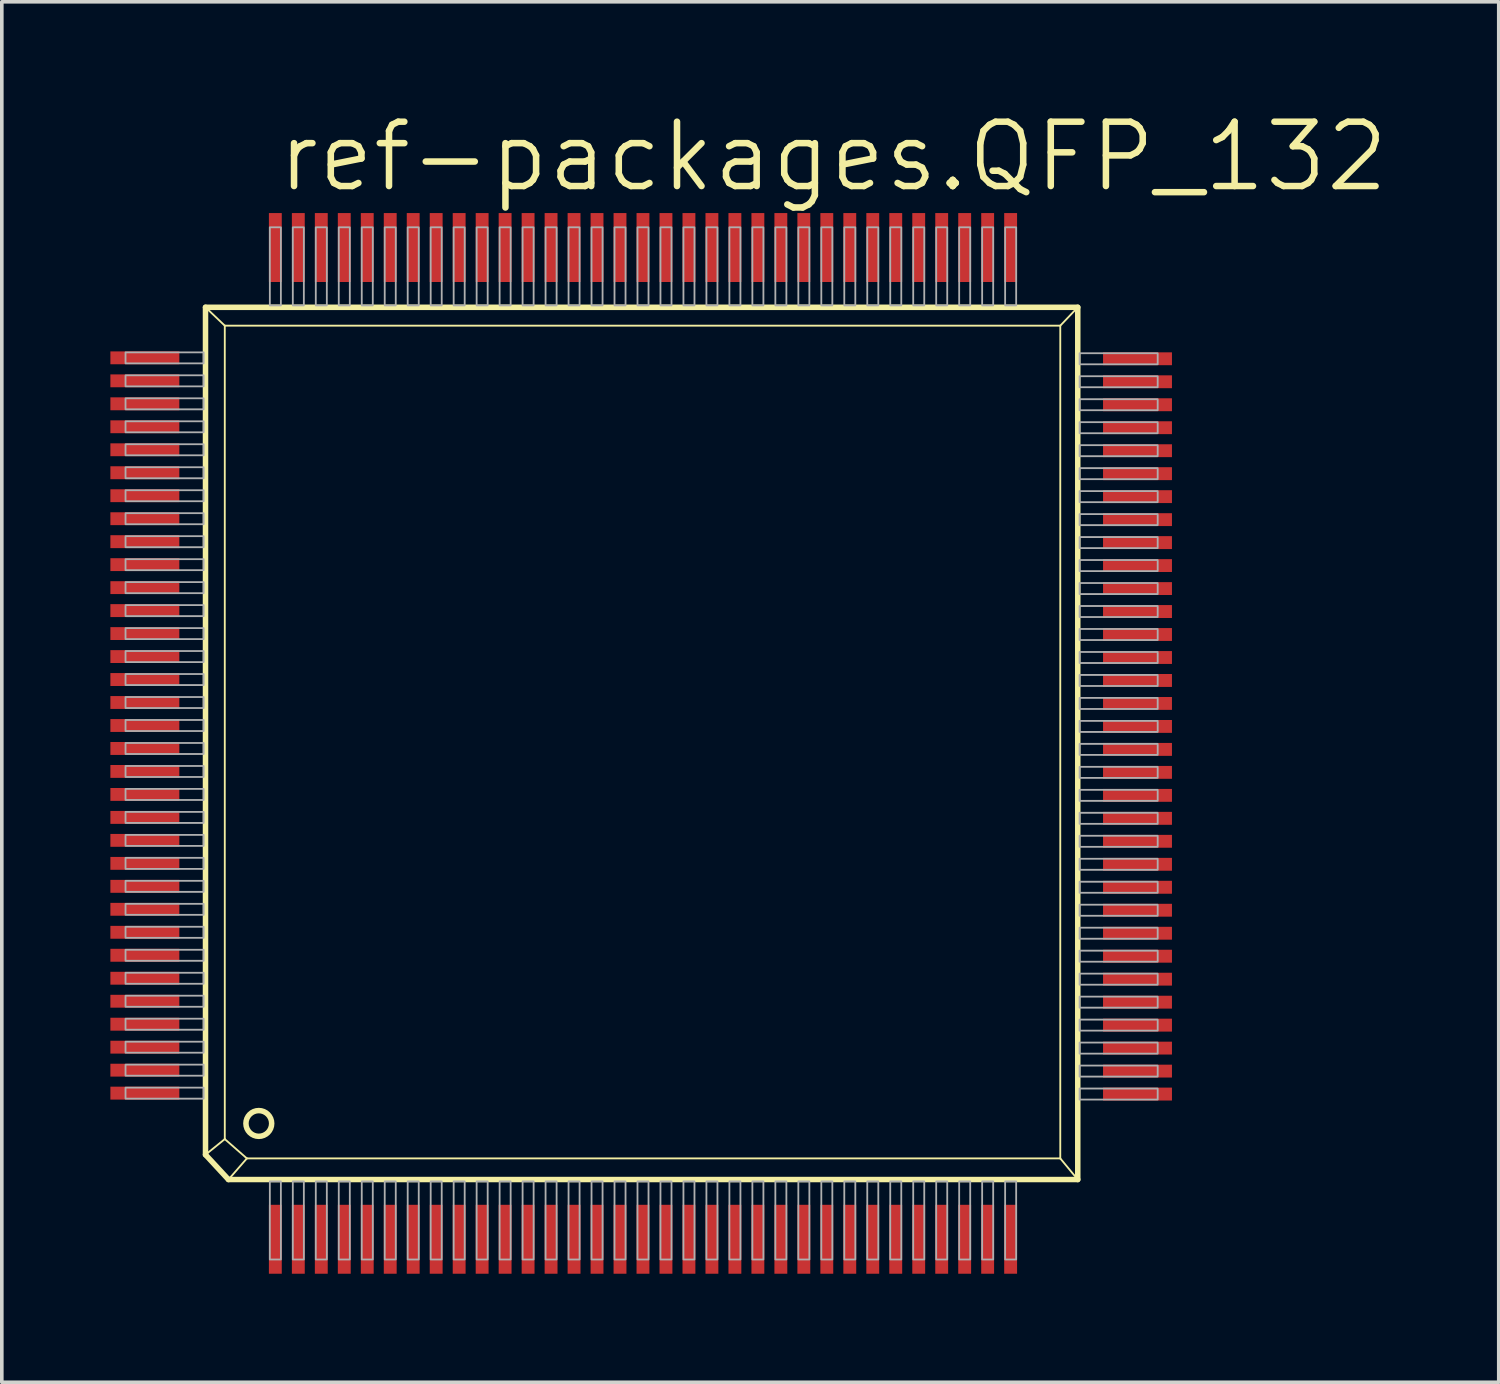
<source format=kicad_pcb>
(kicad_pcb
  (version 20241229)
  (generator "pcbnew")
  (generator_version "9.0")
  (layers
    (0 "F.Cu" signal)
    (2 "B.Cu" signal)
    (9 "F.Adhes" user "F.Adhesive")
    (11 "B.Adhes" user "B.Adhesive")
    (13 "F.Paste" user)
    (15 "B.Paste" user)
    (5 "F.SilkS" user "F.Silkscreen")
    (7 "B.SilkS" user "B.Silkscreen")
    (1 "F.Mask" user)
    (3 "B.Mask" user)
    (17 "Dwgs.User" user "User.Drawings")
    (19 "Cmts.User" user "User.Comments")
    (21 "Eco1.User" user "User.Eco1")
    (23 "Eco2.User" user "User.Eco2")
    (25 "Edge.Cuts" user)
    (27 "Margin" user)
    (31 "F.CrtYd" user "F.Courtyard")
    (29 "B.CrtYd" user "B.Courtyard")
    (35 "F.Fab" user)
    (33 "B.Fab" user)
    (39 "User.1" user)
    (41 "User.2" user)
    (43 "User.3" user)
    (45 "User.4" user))
  (footprint "ref-packages.QFP_132"
    (layer "F.Cu")
    (at 14.694 17.05)
    (property "Reference" "ref-packages.QFP_132" (at -10.16 -14.732 0) (layer "F.SilkS") (effects (font (size 1.778 1.778) (thickness 0.18)) (justify left bottom)))
    (attr smd)
    (fp_line (start -12.065 -11.608) (end -11.532 -11.1) (stroke (width 0.051) (type default)) (layer "F.SilkS"))
    (fp_line (start -12.065 11.811) (end -12.065 -11.608) (stroke (width 0.152) (type default)) (layer "F.SilkS"))
    (fp_line (start -12.065 11.811) (end -11.532 11.379) (stroke (width 0.051) (type default)) (layer "F.SilkS"))
    (fp_line (start -12.065 11.811) (end -11.43 12.497) (stroke (width 0.152) (type default)) (layer "F.SilkS"))
    (fp_line (start -11.532 -11.1) (end -11.532 11.379) (stroke (width 0.051) (type default)) (layer "F.SilkS"))
    (fp_line (start -11.532 -11.1) (end 11.557 -11.1) (stroke (width 0.051) (type default)) (layer "F.SilkS"))
    (fp_line (start -11.43 12.497) (end -10.922 11.913) (stroke (width 0.051) (type default)) (layer "F.SilkS"))
    (fp_line (start -11.43 12.497) (end 12.04 12.497) (stroke (width 0.152) (type default)) (layer "F.SilkS"))
    (fp_line (start -10.922 11.913) (end -11.532 11.379) (stroke (width 0.051) (type default)) (layer "F.SilkS"))
    (fp_line (start -10.922 11.913) (end 11.557 11.913) (stroke (width 0.051) (type default)) (layer "F.SilkS"))
    (fp_line (start 11.557 11.913) (end 11.557 -11.1) (stroke (width 0.051) (type default)) (layer "F.SilkS"))
    (fp_line (start 12.04 -11.608) (end -12.065 -11.608) (stroke (width 0.152) (type default)) (layer "F.SilkS"))
    (fp_line (start 12.04 -11.608) (end 11.557 -11.1) (stroke (width 0.051) (type default)) (layer "F.SilkS"))
    (fp_line (start 12.04 12.497) (end 11.557 11.913) (stroke (width 0.051) (type default)) (layer "F.SilkS"))
    (fp_line (start 12.04 12.497) (end 12.04 -11.608) (stroke (width 0.152) (type default)) (layer "F.SilkS"))
    (fp_circle (center -10.592 10.947) (end -10.236 10.947) (stroke (width 0.152) (type default)) (fill no) (layer "F.SilkS"))
    (fp_rect (start -14.275 -10.058) (end -12.116 -10.363) (stroke (width 0.05) (type default)) (fill no) (layer "F.Fab"))
    (fp_rect (start -14.275 -9.423) (end -12.116 -9.728) (stroke (width 0.05) (type default)) (fill no) (layer "F.Fab"))
    (fp_rect (start -14.275 -8.788) (end -12.116 -9.093) (stroke (width 0.05) (type default)) (fill no) (layer "F.Fab"))
    (fp_rect (start -14.275 -8.153) (end -12.116 -8.458) (stroke (width 0.05) (type default)) (fill no) (layer "F.Fab"))
    (fp_rect (start -14.275 -7.518) (end -12.116 -7.823) (stroke (width 0.05) (type default)) (fill no) (layer "F.Fab"))
    (fp_rect (start -14.275 -6.883) (end -12.116 -7.188) (stroke (width 0.05) (type default)) (fill no) (layer "F.Fab"))
    (fp_rect (start -14.275 -6.248) (end -12.116 -6.553) (stroke (width 0.05) (type default)) (fill no) (layer "F.Fab"))
    (fp_rect (start -14.275 -5.613) (end -12.116 -5.918) (stroke (width 0.05) (type default)) (fill no) (layer "F.Fab"))
    (fp_rect (start -14.275 -4.978) (end -12.116 -5.283) (stroke (width 0.05) (type default)) (fill no) (layer "F.Fab"))
    (fp_rect (start -14.275 -4.343) (end -12.116 -4.648) (stroke (width 0.05) (type default)) (fill no) (layer "F.Fab"))
    (fp_rect (start -14.275 -3.708) (end -12.116 -4.013) (stroke (width 0.05) (type default)) (fill no) (layer "F.Fab"))
    (fp_rect (start -14.275 -3.073) (end -12.116 -3.378) (stroke (width 0.05) (type default)) (fill no) (layer "F.Fab"))
    (fp_rect (start -14.275 -2.438) (end -12.116 -2.743) (stroke (width 0.05) (type default)) (fill no) (layer "F.Fab"))
    (fp_rect (start -14.275 -1.803) (end -12.116 -2.108) (stroke (width 0.05) (type default)) (fill no) (layer "F.Fab"))
    (fp_rect (start -14.275 -1.168) (end -12.116 -1.473) (stroke (width 0.05) (type default)) (fill no) (layer "F.Fab"))
    (fp_rect (start -14.275 -0.533) (end -12.116 -0.838) (stroke (width 0.05) (type default)) (fill no) (layer "F.Fab"))
    (fp_rect (start -14.275 0.102) (end -12.116 -0.203) (stroke (width 0.05) (type default)) (fill no) (layer "F.Fab"))
    (fp_rect (start -14.275 0.737) (end -12.116 0.432) (stroke (width 0.05) (type default)) (fill no) (layer "F.Fab"))
    (fp_rect (start -14.275 1.372) (end -12.116 1.067) (stroke (width 0.05) (type default)) (fill no) (layer "F.Fab"))
    (fp_rect (start -14.275 2.007) (end -12.116 1.702) (stroke (width 0.05) (type default)) (fill no) (layer "F.Fab"))
    (fp_rect (start -14.275 2.642) (end -12.116 2.337) (stroke (width 0.05) (type default)) (fill no) (layer "F.Fab"))
    (fp_rect (start -14.275 3.277) (end -12.116 2.972) (stroke (width 0.05) (type default)) (fill no) (layer "F.Fab"))
    (fp_rect (start -14.275 3.912) (end -12.116 3.607) (stroke (width 0.05) (type default)) (fill no) (layer "F.Fab"))
    (fp_rect (start -14.275 4.547) (end -12.116 4.242) (stroke (width 0.05) (type default)) (fill no) (layer "F.Fab"))
    (fp_rect (start -14.275 5.182) (end -12.116 4.877) (stroke (width 0.05) (type default)) (fill no) (layer "F.Fab"))
    (fp_rect (start -14.275 5.817) (end -12.116 5.512) (stroke (width 0.05) (type default)) (fill no) (layer "F.Fab"))
    (fp_rect (start -14.275 6.452) (end -12.116 6.147) (stroke (width 0.05) (type default)) (fill no) (layer "F.Fab"))
    (fp_rect (start -14.275 7.087) (end -12.116 6.782) (stroke (width 0.05) (type default)) (fill no) (layer "F.Fab"))
    (fp_rect (start -14.275 7.722) (end -12.116 7.417) (stroke (width 0.05) (type default)) (fill no) (layer "F.Fab"))
    (fp_rect (start -14.275 8.357) (end -12.116 8.052) (stroke (width 0.05) (type default)) (fill no) (layer "F.Fab"))
    (fp_rect (start -14.275 8.992) (end -12.116 8.687) (stroke (width 0.05) (type default)) (fill no) (layer "F.Fab"))
    (fp_rect (start -14.275 9.627) (end -12.116 9.322) (stroke (width 0.05) (type default)) (fill no) (layer "F.Fab"))
    (fp_rect (start -14.275 10.262) (end -12.116 9.957) (stroke (width 0.05) (type default)) (fill no) (layer "F.Fab"))
    (fp_rect (start -10.287 -11.659) (end -9.982 -13.818) (stroke (width 0.05) (type default)) (fill no) (layer "F.Fab"))
    (fp_rect (start -10.287 14.707) (end -9.982 12.548) (stroke (width 0.05) (type default)) (fill no) (layer "F.Fab"))
    (fp_rect (start -9.652 -11.659) (end -9.347 -13.818) (stroke (width 0.05) (type default)) (fill no) (layer "F.Fab"))
    (fp_rect (start -9.652 14.707) (end -9.347 12.548) (stroke (width 0.05) (type default)) (fill no) (layer "F.Fab"))
    (fp_rect (start -9.017 -11.659) (end -8.712 -13.818) (stroke (width 0.05) (type default)) (fill no) (layer "F.Fab"))
    (fp_rect (start -9.017 14.707) (end -8.712 12.548) (stroke (width 0.05) (type default)) (fill no) (layer "F.Fab"))
    (fp_rect (start -8.382 -11.659) (end -8.077 -13.818) (stroke (width 0.05) (type default)) (fill no) (layer "F.Fab"))
    (fp_rect (start -8.382 14.707) (end -8.077 12.548) (stroke (width 0.05) (type default)) (fill no) (layer "F.Fab"))
    (fp_rect (start -7.747 -11.659) (end -7.442 -13.818) (stroke (width 0.05) (type default)) (fill no) (layer "F.Fab"))
    (fp_rect (start -7.747 14.707) (end -7.442 12.548) (stroke (width 0.05) (type default)) (fill no) (layer "F.Fab"))
    (fp_rect (start -7.112 -11.659) (end -6.807 -13.818) (stroke (width 0.05) (type default)) (fill no) (layer "F.Fab"))
    (fp_rect (start -7.112 14.707) (end -6.807 12.548) (stroke (width 0.05) (type default)) (fill no) (layer "F.Fab"))
    (fp_rect (start -6.477 -11.659) (end -6.172 -13.818) (stroke (width 0.05) (type default)) (fill no) (layer "F.Fab"))
    (fp_rect (start -6.477 14.707) (end -6.172 12.548) (stroke (width 0.05) (type default)) (fill no) (layer "F.Fab"))
    (fp_rect (start -5.842 -11.659) (end -5.537 -13.818) (stroke (width 0.05) (type default)) (fill no) (layer "F.Fab"))
    (fp_rect (start -5.842 14.707) (end -5.537 12.548) (stroke (width 0.05) (type default)) (fill no) (layer "F.Fab"))
    (fp_rect (start -5.207 -11.659) (end -4.902 -13.818) (stroke (width 0.05) (type default)) (fill no) (layer "F.Fab"))
    (fp_rect (start -5.207 14.707) (end -4.902 12.548) (stroke (width 0.05) (type default)) (fill no) (layer "F.Fab"))
    (fp_rect (start -4.572 -11.659) (end -4.267 -13.818) (stroke (width 0.05) (type default)) (fill no) (layer "F.Fab"))
    (fp_rect (start -4.572 14.707) (end -4.267 12.548) (stroke (width 0.05) (type default)) (fill no) (layer "F.Fab"))
    (fp_rect (start -3.937 -11.659) (end -3.632 -13.818) (stroke (width 0.05) (type default)) (fill no) (layer "F.Fab"))
    (fp_rect (start -3.937 14.707) (end -3.632 12.548) (stroke (width 0.05) (type default)) (fill no) (layer "F.Fab"))
    (fp_rect (start -3.302 -11.659) (end -2.997 -13.818) (stroke (width 0.05) (type default)) (fill no) (layer "F.Fab"))
    (fp_rect (start -3.302 14.707) (end -2.997 12.548) (stroke (width 0.05) (type default)) (fill no) (layer "F.Fab"))
    (fp_rect (start -2.667 -11.659) (end -2.362 -13.818) (stroke (width 0.05) (type default)) (fill no) (layer "F.Fab"))
    (fp_rect (start -2.667 14.707) (end -2.362 12.548) (stroke (width 0.05) (type default)) (fill no) (layer "F.Fab"))
    (fp_rect (start -2.032 -11.659) (end -1.727 -13.818) (stroke (width 0.05) (type default)) (fill no) (layer "F.Fab"))
    (fp_rect (start -2.032 14.707) (end -1.727 12.548) (stroke (width 0.05) (type default)) (fill no) (layer "F.Fab"))
    (fp_rect (start -1.397 -11.659) (end -1.092 -13.818) (stroke (width 0.05) (type default)) (fill no) (layer "F.Fab"))
    (fp_rect (start -1.397 14.707) (end -1.092 12.548) (stroke (width 0.05) (type default)) (fill no) (layer "F.Fab"))
    (fp_rect (start -0.762 -11.659) (end -0.457 -13.818) (stroke (width 0.05) (type default)) (fill no) (layer "F.Fab"))
    (fp_rect (start -0.762 14.707) (end -0.457 12.548) (stroke (width 0.05) (type default)) (fill no) (layer "F.Fab"))
    (fp_rect (start -0.127 -11.659) (end 0.178 -13.818) (stroke (width 0.05) (type default)) (fill no) (layer "F.Fab"))
    (fp_rect (start -0.127 14.707) (end 0.178 12.548) (stroke (width 0.05) (type default)) (fill no) (layer "F.Fab"))
    (fp_rect (start 0.508 -11.659) (end 0.813 -13.818) (stroke (width 0.05) (type default)) (fill no) (layer "F.Fab"))
    (fp_rect (start 0.508 14.707) (end 0.813 12.548) (stroke (width 0.05) (type default)) (fill no) (layer "F.Fab"))
    (fp_rect (start 1.143 -11.659) (end 1.448 -13.818) (stroke (width 0.05) (type default)) (fill no) (layer "F.Fab"))
    (fp_rect (start 1.143 14.707) (end 1.448 12.548) (stroke (width 0.05) (type default)) (fill no) (layer "F.Fab"))
    (fp_rect (start 1.778 -11.659) (end 2.083 -13.818) (stroke (width 0.05) (type default)) (fill no) (layer "F.Fab"))
    (fp_rect (start 1.778 14.707) (end 2.083 12.548) (stroke (width 0.05) (type default)) (fill no) (layer "F.Fab"))
    (fp_rect (start 2.413 -11.659) (end 2.718 -13.818) (stroke (width 0.05) (type default)) (fill no) (layer "F.Fab"))
    (fp_rect (start 2.413 14.707) (end 2.718 12.548) (stroke (width 0.05) (type default)) (fill no) (layer "F.Fab"))
    (fp_rect (start 3.048 -11.659) (end 3.353 -13.818) (stroke (width 0.05) (type default)) (fill no) (layer "F.Fab"))
    (fp_rect (start 3.048 14.707) (end 3.353 12.548) (stroke (width 0.05) (type default)) (fill no) (layer "F.Fab"))
    (fp_rect (start 3.683 -11.659) (end 3.988 -13.818) (stroke (width 0.05) (type default)) (fill no) (layer "F.Fab"))
    (fp_rect (start 3.683 14.707) (end 3.988 12.548) (stroke (width 0.05) (type default)) (fill no) (layer "F.Fab"))
    (fp_rect (start 4.318 -11.659) (end 4.623 -13.818) (stroke (width 0.05) (type default)) (fill no) (layer "F.Fab"))
    (fp_rect (start 4.318 14.707) (end 4.623 12.548) (stroke (width 0.05) (type default)) (fill no) (layer "F.Fab"))
    (fp_rect (start 4.953 -11.659) (end 5.258 -13.818) (stroke (width 0.05) (type default)) (fill no) (layer "F.Fab"))
    (fp_rect (start 4.953 14.707) (end 5.258 12.548) (stroke (width 0.05) (type default)) (fill no) (layer "F.Fab"))
    (fp_rect (start 5.588 -11.659) (end 5.893 -13.818) (stroke (width 0.05) (type default)) (fill no) (layer "F.Fab"))
    (fp_rect (start 5.588 14.707) (end 5.893 12.548) (stroke (width 0.05) (type default)) (fill no) (layer "F.Fab"))
    (fp_rect (start 6.223 -11.659) (end 6.528 -13.818) (stroke (width 0.05) (type default)) (fill no) (layer "F.Fab"))
    (fp_rect (start 6.223 14.707) (end 6.528 12.548) (stroke (width 0.05) (type default)) (fill no) (layer "F.Fab"))
    (fp_rect (start 6.858 -11.659) (end 7.163 -13.818) (stroke (width 0.05) (type default)) (fill no) (layer "F.Fab"))
    (fp_rect (start 6.858 14.707) (end 7.163 12.548) (stroke (width 0.05) (type default)) (fill no) (layer "F.Fab"))
    (fp_rect (start 7.493 -11.659) (end 7.798 -13.818) (stroke (width 0.05) (type default)) (fill no) (layer "F.Fab"))
    (fp_rect (start 7.493 14.707) (end 7.798 12.548) (stroke (width 0.05) (type default)) (fill no) (layer "F.Fab"))
    (fp_rect (start 8.128 -11.659) (end 8.433 -13.818) (stroke (width 0.05) (type default)) (fill no) (layer "F.Fab"))
    (fp_rect (start 8.128 14.707) (end 8.433 12.548) (stroke (width 0.05) (type default)) (fill no) (layer "F.Fab"))
    (fp_rect (start 8.763 -11.659) (end 9.068 -13.818) (stroke (width 0.05) (type default)) (fill no) (layer "F.Fab"))
    (fp_rect (start 8.763 14.707) (end 9.068 12.548) (stroke (width 0.05) (type default)) (fill no) (layer "F.Fab"))
    (fp_rect (start 9.398 -11.659) (end 9.703 -13.818) (stroke (width 0.05) (type default)) (fill no) (layer "F.Fab"))
    (fp_rect (start 9.398 14.707) (end 9.703 12.548) (stroke (width 0.05) (type default)) (fill no) (layer "F.Fab"))
    (fp_rect (start 10.033 -11.659) (end 10.338 -13.818) (stroke (width 0.05) (type default)) (fill no) (layer "F.Fab"))
    (fp_rect (start 10.033 14.707) (end 10.338 12.548) (stroke (width 0.05) (type default)) (fill no) (layer "F.Fab"))
    (fp_rect (start 12.09 -10.033) (end 14.249 -10.338) (stroke (width 0.05) (type default)) (fill no) (layer "F.Fab"))
    (fp_rect (start 12.09 -9.398) (end 14.249 -9.703) (stroke (width 0.05) (type default)) (fill no) (layer "F.Fab"))
    (fp_rect (start 12.09 -8.763) (end 14.249 -9.068) (stroke (width 0.05) (type default)) (fill no) (layer "F.Fab"))
    (fp_rect (start 12.09 -8.128) (end 14.249 -8.433) (stroke (width 0.05) (type default)) (fill no) (layer "F.Fab"))
    (fp_rect (start 12.09 -7.493) (end 14.249 -7.798) (stroke (width 0.05) (type default)) (fill no) (layer "F.Fab"))
    (fp_rect (start 12.09 -6.858) (end 14.249 -7.163) (stroke (width 0.05) (type default)) (fill no) (layer "F.Fab"))
    (fp_rect (start 12.09 -6.223) (end 14.249 -6.528) (stroke (width 0.05) (type default)) (fill no) (layer "F.Fab"))
    (fp_rect (start 12.09 -5.588) (end 14.249 -5.893) (stroke (width 0.05) (type default)) (fill no) (layer "F.Fab"))
    (fp_rect (start 12.09 -4.953) (end 14.249 -5.258) (stroke (width 0.05) (type default)) (fill no) (layer "F.Fab"))
    (fp_rect (start 12.09 -4.318) (end 14.249 -4.623) (stroke (width 0.05) (type default)) (fill no) (layer "F.Fab"))
    (fp_rect (start 12.09 -3.683) (end 14.249 -3.988) (stroke (width 0.05) (type default)) (fill no) (layer "F.Fab"))
    (fp_rect (start 12.09 -3.048) (end 14.249 -3.353) (stroke (width 0.05) (type default)) (fill no) (layer "F.Fab"))
    (fp_rect (start 12.09 -2.413) (end 14.249 -2.718) (stroke (width 0.05) (type default)) (fill no) (layer "F.Fab"))
    (fp_rect (start 12.09 -1.778) (end 14.249 -2.083) (stroke (width 0.05) (type default)) (fill no) (layer "F.Fab"))
    (fp_rect (start 12.09 -1.143) (end 14.249 -1.448) (stroke (width 0.05) (type default)) (fill no) (layer "F.Fab"))
    (fp_rect (start 12.09 -0.508) (end 14.249 -0.813) (stroke (width 0.05) (type default)) (fill no) (layer "F.Fab"))
    (fp_rect (start 12.09 0.127) (end 14.249 -0.178) (stroke (width 0.05) (type default)) (fill no) (layer "F.Fab"))
    (fp_rect (start 12.09 0.762) (end 14.249 0.457) (stroke (width 0.05) (type default)) (fill no) (layer "F.Fab"))
    (fp_rect (start 12.09 1.397) (end 14.249 1.092) (stroke (width 0.05) (type default)) (fill no) (layer "F.Fab"))
    (fp_rect (start 12.09 2.032) (end 14.249 1.727) (stroke (width 0.05) (type default)) (fill no) (layer "F.Fab"))
    (fp_rect (start 12.09 2.667) (end 14.249 2.362) (stroke (width 0.05) (type default)) (fill no) (layer "F.Fab"))
    (fp_rect (start 12.09 3.302) (end 14.249 2.997) (stroke (width 0.05) (type default)) (fill no) (layer "F.Fab"))
    (fp_rect (start 12.09 3.937) (end 14.249 3.632) (stroke (width 0.05) (type default)) (fill no) (layer "F.Fab"))
    (fp_rect (start 12.09 4.572) (end 14.249 4.267) (stroke (width 0.05) (type default)) (fill no) (layer "F.Fab"))
    (fp_rect (start 12.09 5.207) (end 14.249 4.902) (stroke (width 0.05) (type default)) (fill no) (layer "F.Fab"))
    (fp_rect (start 12.09 5.842) (end 14.249 5.537) (stroke (width 0.05) (type default)) (fill no) (layer "F.Fab"))
    (fp_rect (start 12.09 6.477) (end 14.249 6.172) (stroke (width 0.05) (type default)) (fill no) (layer "F.Fab"))
    (fp_rect (start 12.09 7.112) (end 14.249 6.807) (stroke (width 0.05) (type default)) (fill no) (layer "F.Fab"))
    (fp_rect (start 12.09 7.747) (end 14.249 7.442) (stroke (width 0.05) (type default)) (fill no) (layer "F.Fab"))
    (fp_rect (start 12.09 8.382) (end 14.249 8.077) (stroke (width 0.05) (type default)) (fill no) (layer "F.Fab"))
    (fp_rect (start 12.09 9.017) (end 14.249 8.712) (stroke (width 0.05) (type default)) (fill no) (layer "F.Fab"))
    (fp_rect (start 12.09 9.652) (end 14.249 9.347) (stroke (width 0.05) (type default)) (fill no) (layer "F.Fab"))
    (fp_rect (start 12.09 10.287) (end 14.249 9.982) (stroke (width 0.05) (type default)) (fill no) (layer "F.Fab"))
    (pad "1" smd roundrect (at -10.135 14.148) (size 0.356 1.905) (layers "F.Cu" "F.Mask" "F.Paste") (roundrect_rratio 0.01))
    (pad "2" smd roundrect (at -9.5 14.148) (size 0.356 1.905) (layers "F.Cu" "F.Mask" "F.Paste") (roundrect_rratio 0.01))
    (pad "3" smd roundrect (at -8.865 14.148) (size 0.356 1.905) (layers "F.Cu" "F.Mask" "F.Paste") (roundrect_rratio 0.01))
    (pad "4" smd roundrect (at -8.23 14.148) (size 0.356 1.905) (layers "F.Cu" "F.Mask" "F.Paste") (roundrect_rratio 0.01))
    (pad "5" smd roundrect (at -7.595 14.148) (size 0.356 1.905) (layers "F.Cu" "F.Mask" "F.Paste") (roundrect_rratio 0.01))
    (pad "6" smd roundrect (at -6.96 14.148) (size 0.356 1.905) (layers "F.Cu" "F.Mask" "F.Paste") (roundrect_rratio 0.01))
    (pad "7" smd roundrect (at -6.325 14.148) (size 0.356 1.905) (layers "F.Cu" "F.Mask" "F.Paste") (roundrect_rratio 0.01))
    (pad "8" smd roundrect (at -5.69 14.148) (size 0.356 1.905) (layers "F.Cu" "F.Mask" "F.Paste") (roundrect_rratio 0.01))
    (pad "9" smd roundrect (at -5.055 14.148) (size 0.356 1.905) (layers "F.Cu" "F.Mask" "F.Paste") (roundrect_rratio 0.01))
    (pad "10" smd roundrect (at -4.42 14.148) (size 0.356 1.905) (layers "F.Cu" "F.Mask" "F.Paste") (roundrect_rratio 0.01))
    (pad "11" smd roundrect (at -3.785 14.148) (size 0.356 1.905) (layers "F.Cu" "F.Mask" "F.Paste") (roundrect_rratio 0.01))
    (pad "12" smd roundrect (at -3.15 14.148) (size 0.356 1.905) (layers "F.Cu" "F.Mask" "F.Paste") (roundrect_rratio 0.01))
    (pad "13" smd roundrect (at -2.515 14.148) (size 0.356 1.905) (layers "F.Cu" "F.Mask" "F.Paste") (roundrect_rratio 0.01))
    (pad "14" smd roundrect (at -1.88 14.148) (size 0.356 1.905) (layers "F.Cu" "F.Mask" "F.Paste") (roundrect_rratio 0.01))
    (pad "15" smd roundrect (at -1.245 14.148) (size 0.356 1.905) (layers "F.Cu" "F.Mask" "F.Paste") (roundrect_rratio 0.01))
    (pad "16" smd roundrect (at -0.61 14.148) (size 0.356 1.905) (layers "F.Cu" "F.Mask" "F.Paste") (roundrect_rratio 0.01))
    (pad "17" smd roundrect (at 0.025 14.148) (size 0.356 1.905) (layers "F.Cu" "F.Mask" "F.Paste") (roundrect_rratio 0.01))
    (pad "18" smd roundrect (at 0.66 14.148) (size 0.356 1.905) (layers "F.Cu" "F.Mask" "F.Paste") (roundrect_rratio 0.01))
    (pad "19" smd roundrect (at 1.295 14.148) (size 0.356 1.905) (layers "F.Cu" "F.Mask" "F.Paste") (roundrect_rratio 0.01))
    (pad "20" smd roundrect (at 1.93 14.148) (size 0.356 1.905) (layers "F.Cu" "F.Mask" "F.Paste") (roundrect_rratio 0.01))
    (pad "21" smd roundrect (at 2.565 14.148) (size 0.356 1.905) (layers "F.Cu" "F.Mask" "F.Paste") (roundrect_rratio 0.01))
    (pad "22" smd roundrect (at 3.2 14.148) (size 0.356 1.905) (layers "F.Cu" "F.Mask" "F.Paste") (roundrect_rratio 0.01))
    (pad "23" smd roundrect (at 3.835 14.148) (size 0.356 1.905) (layers "F.Cu" "F.Mask" "F.Paste") (roundrect_rratio 0.01))
    (pad "24" smd roundrect (at 4.47 14.148) (size 0.356 1.905) (layers "F.Cu" "F.Mask" "F.Paste") (roundrect_rratio 0.01))
    (pad "25" smd roundrect (at 5.105 14.148) (size 0.356 1.905) (layers "F.Cu" "F.Mask" "F.Paste") (roundrect_rratio 0.01))
    (pad "26" smd roundrect (at 5.74 14.148) (size 0.356 1.905) (layers "F.Cu" "F.Mask" "F.Paste") (roundrect_rratio 0.01))
    (pad "27" smd roundrect (at 6.375 14.148) (size 0.356 1.905) (layers "F.Cu" "F.Mask" "F.Paste") (roundrect_rratio 0.01))
    (pad "28" smd roundrect (at 7.01 14.148) (size 0.356 1.905) (layers "F.Cu" "F.Mask" "F.Paste") (roundrect_rratio 0.01))
    (pad "29" smd roundrect (at 7.645 14.148) (size 0.356 1.905) (layers "F.Cu" "F.Mask" "F.Paste") (roundrect_rratio 0.01))
    (pad "30" smd roundrect (at 8.28 14.148) (size 0.356 1.905) (layers "F.Cu" "F.Mask" "F.Paste") (roundrect_rratio 0.01))
    (pad "31" smd roundrect (at 8.915 14.148) (size 0.356 1.905) (layers "F.Cu" "F.Mask" "F.Paste") (roundrect_rratio 0.01))
    (pad "32" smd roundrect (at 9.55 14.148) (size 0.356 1.905) (layers "F.Cu" "F.Mask" "F.Paste") (roundrect_rratio 0.01))
    (pad "33" smd roundrect (at 10.185 14.148) (size 0.356 1.905) (layers "F.Cu" "F.Mask" "F.Paste") (roundrect_rratio 0.01))
    (pad "34" smd roundrect (at 13.691 10.135) (size 1.905 0.356) (layers "F.Cu" "F.Mask" "F.Paste") (roundrect_rratio 0.01))
    (pad "35" smd roundrect (at 13.691 9.5) (size 1.905 0.356) (layers "F.Cu" "F.Mask" "F.Paste") (roundrect_rratio 0.01))
    (pad "36" smd roundrect (at 13.691 8.865) (size 1.905 0.356) (layers "F.Cu" "F.Mask" "F.Paste") (roundrect_rratio 0.01))
    (pad "37" smd roundrect (at 13.691 8.23) (size 1.905 0.356) (layers "F.Cu" "F.Mask" "F.Paste") (roundrect_rratio 0.01))
    (pad "38" smd roundrect (at 13.691 7.595) (size 1.905 0.356) (layers "F.Cu" "F.Mask" "F.Paste") (roundrect_rratio 0.01))
    (pad "39" smd roundrect (at 13.691 6.96) (size 1.905 0.356) (layers "F.Cu" "F.Mask" "F.Paste") (roundrect_rratio 0.01))
    (pad "40" smd roundrect (at 13.691 6.325) (size 1.905 0.356) (layers "F.Cu" "F.Mask" "F.Paste") (roundrect_rratio 0.01))
    (pad "41" smd roundrect (at 13.691 5.69) (size 1.905 0.356) (layers "F.Cu" "F.Mask" "F.Paste") (roundrect_rratio 0.01))
    (pad "42" smd roundrect (at 13.691 5.055) (size 1.905 0.356) (layers "F.Cu" "F.Mask" "F.Paste") (roundrect_rratio 0.01))
    (pad "43" smd roundrect (at 13.691 4.42) (size 1.905 0.356) (layers "F.Cu" "F.Mask" "F.Paste") (roundrect_rratio 0.01))
    (pad "44" smd roundrect (at 13.691 3.785) (size 1.905 0.356) (layers "F.Cu" "F.Mask" "F.Paste") (roundrect_rratio 0.01))
    (pad "45" smd roundrect (at 13.691 3.15) (size 1.905 0.356) (layers "F.Cu" "F.Mask" "F.Paste") (roundrect_rratio 0.01))
    (pad "46" smd roundrect (at 13.691 2.515) (size 1.905 0.356) (layers "F.Cu" "F.Mask" "F.Paste") (roundrect_rratio 0.01))
    (pad "47" smd roundrect (at 13.691 1.88) (size 1.905 0.356) (layers "F.Cu" "F.Mask" "F.Paste") (roundrect_rratio 0.01))
    (pad "48" smd roundrect (at 13.691 1.245) (size 1.905 0.356) (layers "F.Cu" "F.Mask" "F.Paste") (roundrect_rratio 0.01))
    (pad "49" smd roundrect (at 13.691 0.61) (size 1.905 0.356) (layers "F.Cu" "F.Mask" "F.Paste") (roundrect_rratio 0.01))
    (pad "50" smd roundrect (at 13.691 -0.025) (size 1.905 0.356) (layers "F.Cu" "F.Mask" "F.Paste") (roundrect_rratio 0.01))
    (pad "51" smd roundrect (at 13.691 -0.66) (size 1.905 0.356) (layers "F.Cu" "F.Mask" "F.Paste") (roundrect_rratio 0.01))
    (pad "52" smd roundrect (at 13.691 -1.295) (size 1.905 0.356) (layers "F.Cu" "F.Mask" "F.Paste") (roundrect_rratio 0.01))
    (pad "53" smd roundrect (at 13.691 -1.93) (size 1.905 0.356) (layers "F.Cu" "F.Mask" "F.Paste") (roundrect_rratio 0.01))
    (pad "54" smd roundrect (at 13.691 -2.565) (size 1.905 0.356) (layers "F.Cu" "F.Mask" "F.Paste") (roundrect_rratio 0.01))
    (pad "55" smd roundrect (at 13.691 -3.2) (size 1.905 0.356) (layers "F.Cu" "F.Mask" "F.Paste") (roundrect_rratio 0.01))
    (pad "56" smd roundrect (at 13.691 -3.835) (size 1.905 0.356) (layers "F.Cu" "F.Mask" "F.Paste") (roundrect_rratio 0.01))
    (pad "57" smd roundrect (at 13.691 -4.47) (size 1.905 0.356) (layers "F.Cu" "F.Mask" "F.Paste") (roundrect_rratio 0.01))
    (pad "58" smd roundrect (at 13.691 -5.105) (size 1.905 0.356) (layers "F.Cu" "F.Mask" "F.Paste") (roundrect_rratio 0.01))
    (pad "59" smd roundrect (at 13.691 -5.74) (size 1.905 0.356) (layers "F.Cu" "F.Mask" "F.Paste") (roundrect_rratio 0.01))
    (pad "60" smd roundrect (at 13.691 -6.375) (size 1.905 0.356) (layers "F.Cu" "F.Mask" "F.Paste") (roundrect_rratio 0.01))
    (pad "61" smd roundrect (at 13.691 -7.01) (size 1.905 0.356) (layers "F.Cu" "F.Mask" "F.Paste") (roundrect_rratio 0.01))
    (pad "62" smd roundrect (at 13.691 -7.645) (size 1.905 0.356) (layers "F.Cu" "F.Mask" "F.Paste") (roundrect_rratio 0.01))
    (pad "63" smd roundrect (at 13.691 -8.28) (size 1.905 0.356) (layers "F.Cu" "F.Mask" "F.Paste") (roundrect_rratio 0.01))
    (pad "64" smd roundrect (at 13.691 -8.915) (size 1.905 0.356) (layers "F.Cu" "F.Mask" "F.Paste") (roundrect_rratio 0.01))
    (pad "65" smd roundrect (at 13.691 -9.55) (size 1.905 0.356) (layers "F.Cu" "F.Mask" "F.Paste") (roundrect_rratio 0.01))
    (pad "66" smd roundrect (at 13.691 -10.185) (size 1.905 0.356) (layers "F.Cu" "F.Mask" "F.Paste") (roundrect_rratio 0.01))
    (pad "67" smd roundrect (at 10.185 -13.259) (size 0.356 1.905) (layers "F.Cu" "F.Mask" "F.Paste") (roundrect_rratio 0.01))
    (pad "68" smd roundrect (at 9.55 -13.259) (size 0.356 1.905) (layers "F.Cu" "F.Mask" "F.Paste") (roundrect_rratio 0.01))
    (pad "69" smd roundrect (at 8.915 -13.259) (size 0.356 1.905) (layers "F.Cu" "F.Mask" "F.Paste") (roundrect_rratio 0.01))
    (pad "70" smd roundrect (at 8.28 -13.259) (size 0.356 1.905) (layers "F.Cu" "F.Mask" "F.Paste") (roundrect_rratio 0.01))
    (pad "71" smd roundrect (at 7.645 -13.259) (size 0.356 1.905) (layers "F.Cu" "F.Mask" "F.Paste") (roundrect_rratio 0.01))
    (pad "72" smd roundrect (at 7.01 -13.259) (size 0.356 1.905) (layers "F.Cu" "F.Mask" "F.Paste") (roundrect_rratio 0.01))
    (pad "73" smd roundrect (at 6.375 -13.259) (size 0.356 1.905) (layers "F.Cu" "F.Mask" "F.Paste") (roundrect_rratio 0.01))
    (pad "74" smd roundrect (at 5.74 -13.259) (size 0.356 1.905) (layers "F.Cu" "F.Mask" "F.Paste") (roundrect_rratio 0.01))
    (pad "75" smd roundrect (at 5.105 -13.259) (size 0.356 1.905) (layers "F.Cu" "F.Mask" "F.Paste") (roundrect_rratio 0.01))
    (pad "76" smd roundrect (at 4.47 -13.259) (size 0.356 1.905) (layers "F.Cu" "F.Mask" "F.Paste") (roundrect_rratio 0.01))
    (pad "77" smd roundrect (at 3.835 -13.259) (size 0.356 1.905) (layers "F.Cu" "F.Mask" "F.Paste") (roundrect_rratio 0.01))
    (pad "78" smd roundrect (at 3.2 -13.259) (size 0.356 1.905) (layers "F.Cu" "F.Mask" "F.Paste") (roundrect_rratio 0.01))
    (pad "79" smd roundrect (at 2.565 -13.259) (size 0.356 1.905) (layers "F.Cu" "F.Mask" "F.Paste") (roundrect_rratio 0.01))
    (pad "80" smd roundrect (at 1.93 -13.259) (size 0.356 1.905) (layers "F.Cu" "F.Mask" "F.Paste") (roundrect_rratio 0.01))
    (pad "81" smd roundrect (at 1.295 -13.259) (size 0.356 1.905) (layers "F.Cu" "F.Mask" "F.Paste") (roundrect_rratio 0.01))
    (pad "82" smd roundrect (at 0.66 -13.259) (size 0.356 1.905) (layers "F.Cu" "F.Mask" "F.Paste") (roundrect_rratio 0.01))
    (pad "83" smd roundrect (at 0.025 -13.259) (size 0.356 1.905) (layers "F.Cu" "F.Mask" "F.Paste") (roundrect_rratio 0.01))
    (pad "84" smd roundrect (at -0.61 -13.259) (size 0.356 1.905) (layers "F.Cu" "F.Mask" "F.Paste") (roundrect_rratio 0.01))
    (pad "85" smd roundrect (at -1.245 -13.259) (size 0.356 1.905) (layers "F.Cu" "F.Mask" "F.Paste") (roundrect_rratio 0.01))
    (pad "86" smd roundrect (at -1.88 -13.259) (size 0.356 1.905) (layers "F.Cu" "F.Mask" "F.Paste") (roundrect_rratio 0.01))
    (pad "87" smd roundrect (at -2.515 -13.259) (size 0.356 1.905) (layers "F.Cu" "F.Mask" "F.Paste") (roundrect_rratio 0.01))
    (pad "88" smd roundrect (at -3.15 -13.259) (size 0.356 1.905) (layers "F.Cu" "F.Mask" "F.Paste") (roundrect_rratio 0.01))
    (pad "89" smd roundrect (at -3.785 -13.259) (size 0.356 1.905) (layers "F.Cu" "F.Mask" "F.Paste") (roundrect_rratio 0.01))
    (pad "90" smd roundrect (at -4.42 -13.259) (size 0.356 1.905) (layers "F.Cu" "F.Mask" "F.Paste") (roundrect_rratio 0.01))
    (pad "91" smd roundrect (at -5.055 -13.259) (size 0.356 1.905) (layers "F.Cu" "F.Mask" "F.Paste") (roundrect_rratio 0.01))
    (pad "92" smd roundrect (at -5.69 -13.259) (size 0.356 1.905) (layers "F.Cu" "F.Mask" "F.Paste") (roundrect_rratio 0.01))
    (pad "93" smd roundrect (at -6.325 -13.259) (size 0.356 1.905) (layers "F.Cu" "F.Mask" "F.Paste") (roundrect_rratio 0.01))
    (pad "94" smd roundrect (at -6.96 -13.259) (size 0.356 1.905) (layers "F.Cu" "F.Mask" "F.Paste") (roundrect_rratio 0.01))
    (pad "95" smd roundrect (at -7.595 -13.259) (size 0.356 1.905) (layers "F.Cu" "F.Mask" "F.Paste") (roundrect_rratio 0.01))
    (pad "96" smd roundrect (at -8.23 -13.259) (size 0.356 1.905) (layers "F.Cu" "F.Mask" "F.Paste") (roundrect_rratio 0.01))
    (pad "97" smd roundrect (at -8.865 -13.259) (size 0.356 1.905) (layers "F.Cu" "F.Mask" "F.Paste") (roundrect_rratio 0.01))
    (pad "98" smd roundrect (at -9.5 -13.259) (size 0.356 1.905) (layers "F.Cu" "F.Mask" "F.Paste") (roundrect_rratio 0.01))
    (pad "99" smd roundrect (at -10.135 -13.259) (size 0.356 1.905) (layers "F.Cu" "F.Mask" "F.Paste") (roundrect_rratio 0.01))
    (pad "100" smd roundrect (at -13.741 -10.211) (size 1.905 0.356) (layers "F.Cu" "F.Mask" "F.Paste") (roundrect_rratio 0.01))
    (pad "101" smd roundrect (at -13.741 -9.576) (size 1.905 0.356) (layers "F.Cu" "F.Mask" "F.Paste") (roundrect_rratio 0.01))
    (pad "102" smd roundrect (at -13.741 -8.941) (size 1.905 0.356) (layers "F.Cu" "F.Mask" "F.Paste") (roundrect_rratio 0.01))
    (pad "103" smd roundrect (at -13.741 -8.306) (size 1.905 0.356) (layers "F.Cu" "F.Mask" "F.Paste") (roundrect_rratio 0.01))
    (pad "104" smd roundrect (at -13.741 -7.671) (size 1.905 0.356) (layers "F.Cu" "F.Mask" "F.Paste") (roundrect_rratio 0.01))
    (pad "105" smd roundrect (at -13.741 -7.036) (size 1.905 0.356) (layers "F.Cu" "F.Mask" "F.Paste") (roundrect_rratio 0.01))
    (pad "106" smd roundrect (at -13.741 -6.401) (size 1.905 0.356) (layers "F.Cu" "F.Mask" "F.Paste") (roundrect_rratio 0.01))
    (pad "107" smd roundrect (at -13.741 -5.766) (size 1.905 0.356) (layers "F.Cu" "F.Mask" "F.Paste") (roundrect_rratio 0.01))
    (pad "108" smd roundrect (at -13.741 -5.131) (size 1.905 0.356) (layers "F.Cu" "F.Mask" "F.Paste") (roundrect_rratio 0.01))
    (pad "109" smd roundrect (at -13.741 -4.496) (size 1.905 0.356) (layers "F.Cu" "F.Mask" "F.Paste") (roundrect_rratio 0.01))
    (pad "110" smd roundrect (at -13.741 -3.861) (size 1.905 0.356) (layers "F.Cu" "F.Mask" "F.Paste") (roundrect_rratio 0.01))
    (pad "111" smd roundrect (at -13.741 -3.226) (size 1.905 0.356) (layers "F.Cu" "F.Mask" "F.Paste") (roundrect_rratio 0.01))
    (pad "112" smd roundrect (at -13.741 -2.591) (size 1.905 0.356) (layers "F.Cu" "F.Mask" "F.Paste") (roundrect_rratio 0.01))
    (pad "113" smd roundrect (at -13.741 -1.956) (size 1.905 0.356) (layers "F.Cu" "F.Mask" "F.Paste") (roundrect_rratio 0.01))
    (pad "114" smd roundrect (at -13.741 -1.321) (size 1.905 0.356) (layers "F.Cu" "F.Mask" "F.Paste") (roundrect_rratio 0.01))
    (pad "115" smd roundrect (at -13.741 -0.686) (size 1.905 0.356) (layers "F.Cu" "F.Mask" "F.Paste") (roundrect_rratio 0.01))
    (pad "116" smd roundrect (at -13.741 -0.051) (size 1.905 0.356) (layers "F.Cu" "F.Mask" "F.Paste") (roundrect_rratio 0.01))
    (pad "117" smd roundrect (at -13.741 0.584) (size 1.905 0.356) (layers "F.Cu" "F.Mask" "F.Paste") (roundrect_rratio 0.01))
    (pad "118" smd roundrect (at -13.741 1.219) (size 1.905 0.356) (layers "F.Cu" "F.Mask" "F.Paste") (roundrect_rratio 0.01))
    (pad "119" smd roundrect (at -13.741 1.854) (size 1.905 0.356) (layers "F.Cu" "F.Mask" "F.Paste") (roundrect_rratio 0.01))
    (pad "120" smd roundrect (at -13.741 2.489) (size 1.905 0.356) (layers "F.Cu" "F.Mask" "F.Paste") (roundrect_rratio 0.01))
    (pad "121" smd roundrect (at -13.741 3.124) (size 1.905 0.356) (layers "F.Cu" "F.Mask" "F.Paste") (roundrect_rratio 0.01))
    (pad "122" smd roundrect (at -13.741 3.759) (size 1.905 0.356) (layers "F.Cu" "F.Mask" "F.Paste") (roundrect_rratio 0.01))
    (pad "123" smd roundrect (at -13.741 4.394) (size 1.905 0.356) (layers "F.Cu" "F.Mask" "F.Paste") (roundrect_rratio 0.01))
    (pad "124" smd roundrect (at -13.741 5.029) (size 1.905 0.356) (layers "F.Cu" "F.Mask" "F.Paste") (roundrect_rratio 0.01))
    (pad "125" smd roundrect (at -13.741 5.664) (size 1.905 0.356) (layers "F.Cu" "F.Mask" "F.Paste") (roundrect_rratio 0.01))
    (pad "126" smd roundrect (at -13.741 6.299) (size 1.905 0.356) (layers "F.Cu" "F.Mask" "F.Paste") (roundrect_rratio 0.01))
    (pad "127" smd roundrect (at -13.741 6.934) (size 1.905 0.356) (layers "F.Cu" "F.Mask" "F.Paste") (roundrect_rratio 0.01))
    (pad "128" smd roundrect (at -13.741 7.569) (size 1.905 0.356) (layers "F.Cu" "F.Mask" "F.Paste") (roundrect_rratio 0.01))
    (pad "129" smd roundrect (at -13.741 8.204) (size 1.905 0.356) (layers "F.Cu" "F.Mask" "F.Paste") (roundrect_rratio 0.01))
    (pad "130" smd roundrect (at -13.741 8.839) (size 1.905 0.356) (layers "F.Cu" "F.Mask" "F.Paste") (roundrect_rratio 0.01))
    (pad "131" smd roundrect (at -13.741 9.474) (size 1.905 0.356) (layers "F.Cu" "F.Mask" "F.Paste") (roundrect_rratio 0.01))
    (pad "132" smd roundrect (at -13.741 10.109) (size 1.905 0.356) (layers "F.Cu" "F.Mask" "F.Paste") (roundrect_rratio 0.01)))
  (gr_rect
    (start -3 -3)
    (end 38.368 35.15)
    (stroke (width 0.1) (type default))
    (fill no)
    (layer "Edge.Cuts")))
</source>
